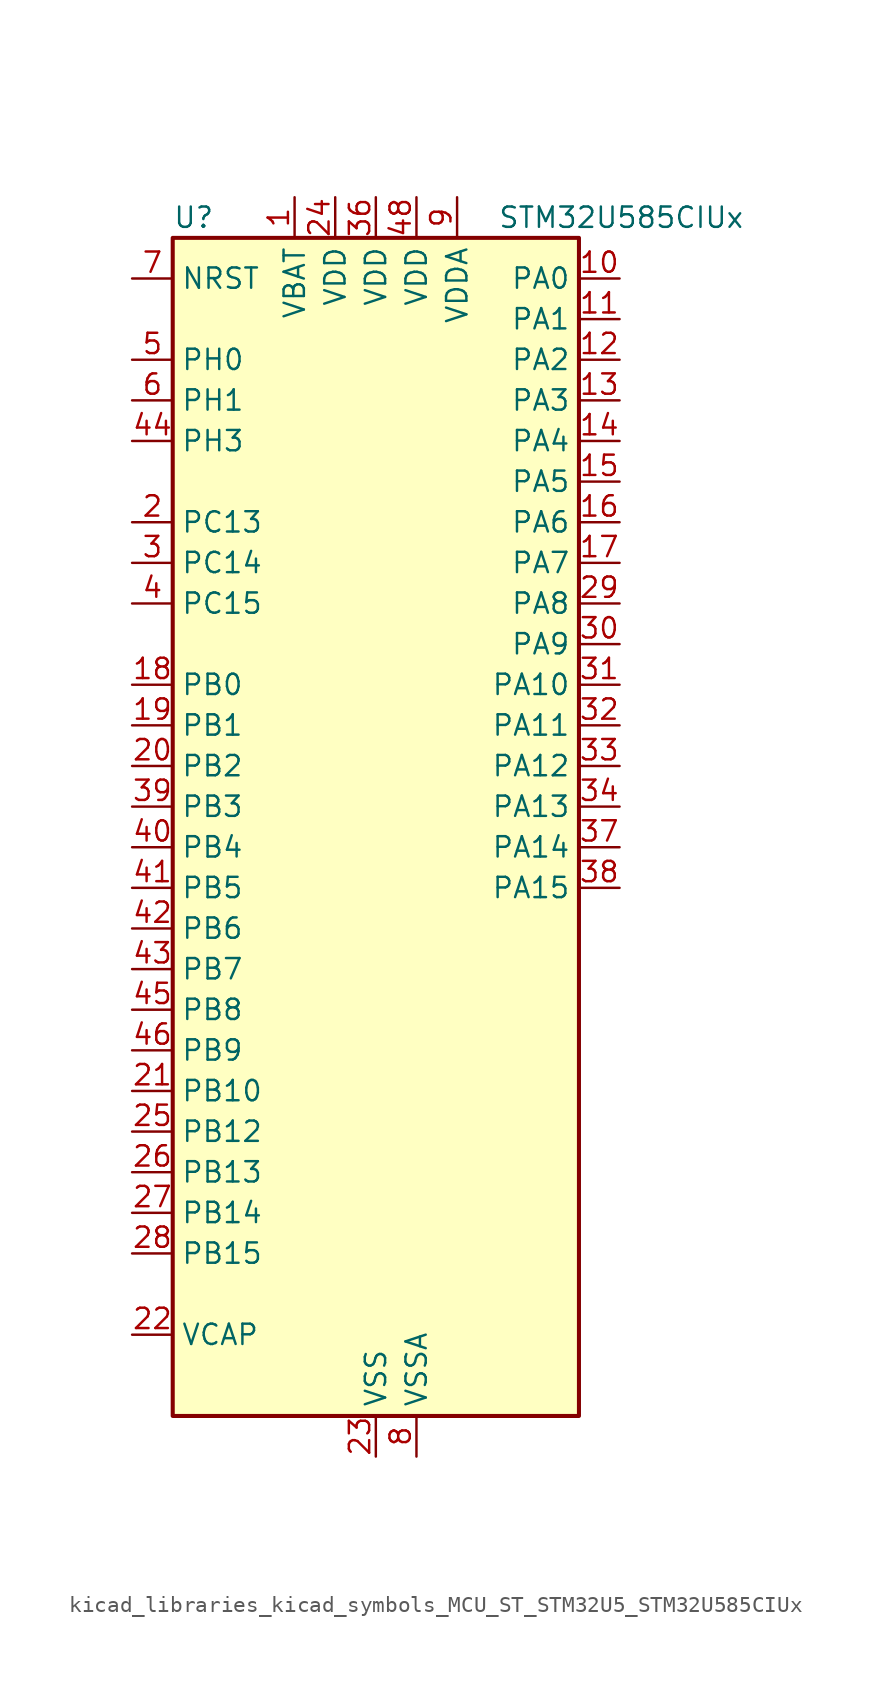
<source format=kicad_sym>
(kicad_symbol_lib
  (version 20220914)
  (generator kicad_symbol_editor)
  (symbol "kicad_libraries_kicad_symbols_MCU_ST_STM32U5_STM32U585CIUx"
    (property "Reference" "U"
      (at -12.7 39.37 0)
      (effects (font (size 1.27 1.27)) (justify left)))
    (property "Value" "STM32U585CIUx"
      (at 7.62 39.37 0)
      (effects (font (size 1.27 1.27)) (justify left)))
    (property "ki_locked" ""
      (at 0 0 0)
      (effects (font (size 1.27 1.27))))
    (symbol "kicad_libraries_kicad_symbols_MCU_ST_STM32U5_STM32U585CIUx_0_1"
      (rectangle (start -12.7 -35.56) (end 12.7 38.1) (stroke (width 0.254) (type default)) (fill (type background))))
    (symbol "kicad_libraries_kicad_symbols_MCU_ST_STM32U5_STM32U585CIUx_1_1"
      (pin power_in line (at -5.08 40.64 270) (length 2.54) (name "VBAT" (effects (font (size 1.27 1.27)))) (number "1" (effects (font (size 1.27 1.27)))))
      (pin bidirectional line (at 15.24 35.56 180) (length 2.54) (name "PA0" (effects (font (size 1.27 1.27)))) (number "10" (effects (font (size 1.27 1.27)))) (alternate "ADC1_IN5" bidirectional line) (alternate "AUDIOCLK" bidirectional line) (alternate "OCTOSPIM_P2_NCS" bidirectional line) (alternate "OPAMP1_VINP" bidirectional line) (alternate "PWR_WKUP1" bidirectional line) (alternate "SPI3_RDY" bidirectional line) (alternate "TAMP_IN2" bidirectional line) (alternate "TAMP_OUT1" bidirectional line) (alternate "TIM2_CH1" bidirectional line) (alternate "TIM2_ETR" bidirectional line) (alternate "TIM5_CH1" bidirectional line) (alternate "TIM8_ETR" bidirectional line) (alternate "UART4_TX" bidirectional line) (alternate "USART2_CTS" bidirectional line))
      (pin bidirectional line (at 15.24 33.02 180) (length 2.54) (name "PA1" (effects (font (size 1.27 1.27)))) (number "11" (effects (font (size 1.27 1.27)))) (alternate "ADC1_IN6" bidirectional line) (alternate "I2C1_SMBA" bidirectional line) (alternate "LPTIM1_CH2" bidirectional line) (alternate "OCTOSPIM_P1_DQS" bidirectional line) (alternate "OPAMP1_VINM" bidirectional line) (alternate "PWR_WKUP3" bidirectional line) (alternate "SPI1_SCK" bidirectional line) (alternate "TAMP_IN5" bidirectional line) (alternate "TAMP_OUT4" bidirectional line) (alternate "TIM15_CH1N" bidirectional line) (alternate "TIM2_CH2" bidirectional line) (alternate "TIM5_CH2" bidirectional line) (alternate "UART4_RX" bidirectional line) (alternate "USART2_DE" bidirectional line) (alternate "USART2_RTS" bidirectional line))
      (pin bidirectional line (at 15.24 30.48 180) (length 2.54) (name "PA2" (effects (font (size 1.27 1.27)))) (number "12" (effects (font (size 1.27 1.27)))) (alternate "ADC1_IN7" bidirectional line) (alternate "COMP1_INP" bidirectional line) (alternate "LPUART1_TX" bidirectional line) (alternate "OCTOSPIM_P1_NCS" bidirectional line) (alternate "PWR_WKUP4" bidirectional line) (alternate "RCC_LSCO" bidirectional line) (alternate "SPI1_RDY" bidirectional line) (alternate "TIM15_CH1" bidirectional line) (alternate "TIM2_CH3" bidirectional line) (alternate "TIM5_CH3" bidirectional line) (alternate "UCPD1_FRSTX1" bidirectional line) (alternate "USART2_TX" bidirectional line))
      (pin bidirectional line (at 15.24 27.94 180) (length 2.54) (name "PA3" (effects (font (size 1.27 1.27)))) (number "13" (effects (font (size 1.27 1.27)))) (alternate "ADC1_IN8" bidirectional line) (alternate "LPUART1_RX" bidirectional line) (alternate "OCTOSPIM_P1_CLK" bidirectional line) (alternate "OPAMP1_VOUT" bidirectional line) (alternate "PWR_WKUP5" bidirectional line) (alternate "SAI1_CK1" bidirectional line) (alternate "SAI1_MCLK_A" bidirectional line) (alternate "TIM15_CH2" bidirectional line) (alternate "TIM2_CH4" bidirectional line) (alternate "TIM5_CH4" bidirectional line) (alternate "USART2_RX" bidirectional line))
      (pin bidirectional line (at 15.24 25.4 180) (length 2.54) (name "PA4" (effects (font (size 1.27 1.27)))) (number "14" (effects (font (size 1.27 1.27)))) (alternate "ADC1_IN9" bidirectional line) (alternate "ADC4_IN9" bidirectional line) (alternate "DAC1_OUT1" bidirectional line) (alternate "LPTIM2_CH1" bidirectional line) (alternate "OCTOSPIM_P1_NCS" bidirectional line) (alternate "PWR_WKUP2" bidirectional line) (alternate "SAI1_FS_B" bidirectional line) (alternate "SPI1_NSS" bidirectional line) (alternate "SPI3_NSS" bidirectional line) (alternate "USART2_CK" bidirectional line))
      (pin bidirectional line (at 15.24 22.86 180) (length 2.54) (name "PA5" (effects (font (size 1.27 1.27)))) (number "15" (effects (font (size 1.27 1.27)))) (alternate "ADC1_IN10" bidirectional line) (alternate "ADC4_IN10" bidirectional line) (alternate "DAC1_OUT2" bidirectional line) (alternate "LPTIM2_ETR" bidirectional line) (alternate "PWR_CSLEEP" bidirectional line) (alternate "PWR_WKUP6" bidirectional line) (alternate "SPI1_SCK" bidirectional line) (alternate "TIM2_CH1" bidirectional line) (alternate "TIM2_ETR" bidirectional line) (alternate "TIM8_CH1N" bidirectional line) (alternate "USART3_RX" bidirectional line))
      (pin bidirectional line (at 15.24 20.32 180) (length 2.54) (name "PA6" (effects (font (size 1.27 1.27)))) (number "16" (effects (font (size 1.27 1.27)))) (alternate "ADC1_IN11" bidirectional line) (alternate "ADC4_IN11" bidirectional line) (alternate "LPUART1_CTS" bidirectional line) (alternate "OCTOSPIM_P1_IO3" bidirectional line) (alternate "OPAMP2_VINP" bidirectional line) (alternate "PWR_CDSTOP" bidirectional line) (alternate "PWR_WKUP7" bidirectional line) (alternate "SPI1_MISO" bidirectional line) (alternate "TIM16_CH1" bidirectional line) (alternate "TIM1_BKIN" bidirectional line) (alternate "TIM3_CH1" bidirectional line) (alternate "TIM8_BKIN" bidirectional line) (alternate "USART3_CTS" bidirectional line))
      (pin bidirectional line (at 15.24 17.78 180) (length 2.54) (name "PA7" (effects (font (size 1.27 1.27)))) (number "17" (effects (font (size 1.27 1.27)))) (alternate "ADC1_IN12" bidirectional line) (alternate "ADC4_IN20" bidirectional line) (alternate "I2C3_SCL" bidirectional line) (alternate "LPTIM2_CH2" bidirectional line) (alternate "OCTOSPIM_P1_IO2" bidirectional line) (alternate "OPAMP2_VINM" bidirectional line) (alternate "PWR_SRDSTOP" bidirectional line) (alternate "PWR_WKUP8" bidirectional line) (alternate "SPI1_MOSI" bidirectional line) (alternate "TIM17_CH1" bidirectional line) (alternate "TIM1_CH1N" bidirectional line) (alternate "TIM3_CH2" bidirectional line) (alternate "TIM8_CH1N" bidirectional line) (alternate "USART3_TX" bidirectional line))
      (pin bidirectional line (at -15.24 10.16 0) (length 2.54) (name "PB0" (effects (font (size 1.27 1.27)))) (number "18" (effects (font (size 1.27 1.27)))) (alternate "ADC1_IN15" bidirectional line) (alternate "ADC4_IN18" bidirectional line) (alternate "AUDIOCLK" bidirectional line) (alternate "COMP1_OUT" bidirectional line) (alternate "LPTIM3_CH1" bidirectional line) (alternate "OCTOSPIM_P1_IO1" bidirectional line) (alternate "OPAMP2_VOUT" bidirectional line) (alternate "SPI1_NSS" bidirectional line) (alternate "TIM1_CH2N" bidirectional line) (alternate "TIM3_CH3" bidirectional line) (alternate "TIM8_CH2N" bidirectional line) (alternate "USART3_CK" bidirectional line))
      (pin bidirectional line (at -15.24 7.62 0) (length 2.54) (name "PB1" (effects (font (size 1.27 1.27)))) (number "19" (effects (font (size 1.27 1.27)))) (alternate "ADC1_IN16" bidirectional line) (alternate "ADC4_IN19" bidirectional line) (alternate "COMP1_INM" bidirectional line) (alternate "LPTIM2_IN1" bidirectional line) (alternate "LPTIM3_CH2" bidirectional line) (alternate "LPUART1_DE" bidirectional line) (alternate "LPUART1_RTS" bidirectional line) (alternate "MDF1_SDI0" bidirectional line) (alternate "OCTOSPIM_P1_IO0" bidirectional line) (alternate "PWR_WKUP4" bidirectional line) (alternate "TIM1_CH3N" bidirectional line) (alternate "TIM3_CH4" bidirectional line) (alternate "TIM8_CH3N" bidirectional line) (alternate "USART3_DE" bidirectional line) (alternate "USART3_RTS" bidirectional line))
      (pin bidirectional line (at -15.24 20.32 0) (length 2.54) (name "PC13" (effects (font (size 1.27 1.27)))) (number "2" (effects (font (size 1.27 1.27)))) (alternate "PWR_WKUP2" bidirectional line) (alternate "RTC_OUT1" bidirectional line) (alternate "RTC_TS" bidirectional line) (alternate "TAMP_IN1" bidirectional line) (alternate "TAMP_OUT2" bidirectional line))
      (pin bidirectional line (at -15.24 5.08 0) (length 2.54) (name "PB2" (effects (font (size 1.27 1.27)))) (number "20" (effects (font (size 1.27 1.27)))) (alternate "ADC1_IN17" bidirectional line) (alternate "COMP1_INP" bidirectional line) (alternate "I2C3_SMBA" bidirectional line) (alternate "LPTIM1_CH1" bidirectional line) (alternate "MDF1_CKI0" bidirectional line) (alternate "OCTOSPIM_P1_DQS" bidirectional line) (alternate "PWR_WKUP1" bidirectional line) (alternate "RTC_OUT2" bidirectional line) (alternate "SPI1_RDY" bidirectional line) (alternate "TIM8_CH4N" bidirectional line) (alternate "UCPD1_FRSTX1" bidirectional line))
      (pin bidirectional line (at -15.24 -15.24 0) (length 2.54) (name "PB10" (effects (font (size 1.27 1.27)))) (number "21" (effects (font (size 1.27 1.27)))) (alternate "COMP1_OUT" bidirectional line) (alternate "I2C2_SCL" bidirectional line) (alternate "I2C4_SCL" bidirectional line) (alternate "LPTIM3_CH1" bidirectional line) (alternate "LPUART1_RX" bidirectional line) (alternate "OCTOSPIM_P1_CLK" bidirectional line) (alternate "PWR_WKUP8" bidirectional line) (alternate "SAI1_SCK_A" bidirectional line) (alternate "SPI2_SCK" bidirectional line) (alternate "TIM2_CH3" bidirectional line) (alternate "TSC_SYNC" bidirectional line) (alternate "USART3_TX" bidirectional line))
      (pin power_out line (at -15.24 -30.48 0) (length 2.54) (name "VCAP" (effects (font (size 1.27 1.27)))) (number "22" (effects (font (size 1.27 1.27)))))
      (pin power_in line (at 0 -38.1 90) (length 2.54) (name "VSS" (effects (font (size 1.27 1.27)))) (number "23" (effects (font (size 1.27 1.27)))))
      (pin power_in line (at -2.54 40.64 270) (length 2.54) (name "VDD" (effects (font (size 1.27 1.27)))) (number "24" (effects (font (size 1.27 1.27)))))
      (pin bidirectional line (at -15.24 -17.78 0) (length 2.54) (name "PB12" (effects (font (size 1.27 1.27)))) (number "25" (effects (font (size 1.27 1.27)))) (alternate "I2C2_SMBA" bidirectional line) (alternate "LPUART1_DE" bidirectional line) (alternate "LPUART1_RTS" bidirectional line) (alternate "MDF1_SDI1" bidirectional line) (alternate "OCTOSPIM_P1_NCLK" bidirectional line) (alternate "SPI2_NSS" bidirectional line) (alternate "TIM15_BKIN" bidirectional line) (alternate "TIM1_BKIN" bidirectional line) (alternate "TSC_G1_IO1" bidirectional line) (alternate "USART3_CK" bidirectional line))
      (pin bidirectional line (at -15.24 -20.32 0) (length 2.54) (name "PB13" (effects (font (size 1.27 1.27)))) (number "26" (effects (font (size 1.27 1.27)))) (alternate "I2C2_SCL" bidirectional line) (alternate "LPTIM3_IN1" bidirectional line) (alternate "LPUART1_CTS" bidirectional line) (alternate "MDF1_CKI1" bidirectional line) (alternate "SPI2_SCK" bidirectional line) (alternate "TIM15_CH1N" bidirectional line) (alternate "TIM1_CH1N" bidirectional line) (alternate "TSC_G1_IO2" bidirectional line) (alternate "USART3_CTS" bidirectional line))
      (pin bidirectional line (at -15.24 -22.86 0) (length 2.54) (name "PB14" (effects (font (size 1.27 1.27)))) (number "27" (effects (font (size 1.27 1.27)))) (alternate "I2C2_SDA" bidirectional line) (alternate "LPTIM3_ETR" bidirectional line) (alternate "MDF1_SDI2" bidirectional line) (alternate "SPI2_MISO" bidirectional line) (alternate "TIM15_CH1" bidirectional line) (alternate "TIM1_CH2N" bidirectional line) (alternate "TIM8_CH2N" bidirectional line) (alternate "TSC_G1_IO3" bidirectional line) (alternate "UCPD1_DBCC2" bidirectional line) (alternate "USART3_DE" bidirectional line) (alternate "USART3_RTS" bidirectional line))
      (pin bidirectional line (at -15.24 -25.4 0) (length 2.54) (name "PB15" (effects (font (size 1.27 1.27)))) (number "28" (effects (font (size 1.27 1.27)))) (alternate "ADC1_EXTI15" bidirectional line) (alternate "ADC4_EXTI15" bidirectional line) (alternate "LPTIM2_IN2" bidirectional line) (alternate "MDF1_CKI2" bidirectional line) (alternate "PWR_WKUP7" bidirectional line) (alternate "RTC_REFIN" bidirectional line) (alternate "SPI2_MOSI" bidirectional line) (alternate "TIM15_CH2" bidirectional line) (alternate "TIM1_CH3N" bidirectional line) (alternate "TIM8_CH3N" bidirectional line) (alternate "UCPD1_CC2" bidirectional line))
      (pin bidirectional line (at 15.24 15.24 180) (length 2.54) (name "PA8" (effects (font (size 1.27 1.27)))) (number "29" (effects (font (size 1.27 1.27)))) (alternate "DEBUG_TRACECLK" bidirectional line) (alternate "LPTIM2_CH1" bidirectional line) (alternate "RCC_MCO" bidirectional line) (alternate "SAI1_CK2" bidirectional line) (alternate "SAI1_SCK_A" bidirectional line) (alternate "SPI1_RDY" bidirectional line) (alternate "TIM1_CH1" bidirectional line) (alternate "USART1_CK" bidirectional line) (alternate "USB_OTG_FS_SOF" bidirectional line))
      (pin bidirectional line (at -15.24 17.78 0) (length 2.54) (name "PC14" (effects (font (size 1.27 1.27)))) (number "3" (effects (font (size 1.27 1.27)))) (alternate "RCC_OSC32_IN" bidirectional line))
      (pin bidirectional line (at 15.24 12.7 180) (length 2.54) (name "PA9" (effects (font (size 1.27 1.27)))) (number "30" (effects (font (size 1.27 1.27)))) (alternate "DAC1_EXTI9" bidirectional line) (alternate "SAI1_FS_A" bidirectional line) (alternate "SPI2_SCK" bidirectional line) (alternate "TIM15_BKIN" bidirectional line) (alternate "TIM1_CH2" bidirectional line) (alternate "USART1_TX" bidirectional line) (alternate "USB_OTG_FS_VBUS" bidirectional line))
      (pin bidirectional line (at 15.24 10.16 180) (length 2.54) (name "PA10" (effects (font (size 1.27 1.27)))) (number "31" (effects (font (size 1.27 1.27)))) (alternate "CRS_SYNC" bidirectional line) (alternate "LPTIM2_IN2" bidirectional line) (alternate "SAI1_D1" bidirectional line) (alternate "SAI1_SD_A" bidirectional line) (alternate "TIM17_BKIN" bidirectional line) (alternate "TIM1_CH3" bidirectional line) (alternate "USART1_RX" bidirectional line) (alternate "USB_OTG_FS_ID" bidirectional line))
      (pin bidirectional line (at 15.24 7.62 180) (length 2.54) (name "PA11" (effects (font (size 1.27 1.27)))) (number "32" (effects (font (size 1.27 1.27)))) (alternate "ADC1_EXTI11" bidirectional line) (alternate "FDCAN1_RX" bidirectional line) (alternate "SPI1_MISO" bidirectional line) (alternate "TIM1_BKIN2" bidirectional line) (alternate "TIM1_CH4" bidirectional line) (alternate "USART1_CTS" bidirectional line) (alternate "USB_OTG_FS_DM" bidirectional line))
      (pin bidirectional line (at 15.24 5.08 180) (length 2.54) (name "PA12" (effects (font (size 1.27 1.27)))) (number "33" (effects (font (size 1.27 1.27)))) (alternate "FDCAN1_TX" bidirectional line) (alternate "OCTOSPIM_P2_NCS" bidirectional line) (alternate "SPI1_MOSI" bidirectional line) (alternate "TIM1_ETR" bidirectional line) (alternate "USART1_DE" bidirectional line) (alternate "USART1_RTS" bidirectional line) (alternate "USB_OTG_FS_DP" bidirectional line))
      (pin bidirectional line (at 15.24 2.54 180) (length 2.54) (name "PA13" (effects (font (size 1.27 1.27)))) (number "34" (effects (font (size 1.27 1.27)))) (alternate "DEBUG_JTMS-SWDIO" bidirectional line) (alternate "IR_OUT" bidirectional line) (alternate "SAI1_SD_B" bidirectional line) (alternate "USB_OTG_FS_NOE" bidirectional line))
      (pin passive line (at 0 -38.1 90) (length 2.54) hide (name "VSS" (effects (font (size 1.27 1.27)))) (number "35" (effects (font (size 1.27 1.27)))))
      (pin power_in line (at 0 40.64 270) (length 2.54) (name "VDD" (effects (font (size 1.27 1.27)))) (number "36" (effects (font (size 1.27 1.27)))))
      (pin bidirectional line (at 15.24 0 180) (length 2.54) (name "PA14" (effects (font (size 1.27 1.27)))) (number "37" (effects (font (size 1.27 1.27)))) (alternate "DEBUG_JTCK-SWCLK" bidirectional line) (alternate "I2C1_SMBA" bidirectional line) (alternate "I2C4_SMBA" bidirectional line) (alternate "LPTIM1_CH1" bidirectional line) (alternate "SAI1_FS_B" bidirectional line) (alternate "USB_OTG_FS_SOF" bidirectional line))
      (pin bidirectional line (at 15.24 -2.54 180) (length 2.54) (name "PA15" (effects (font (size 1.27 1.27)))) (number "38" (effects (font (size 1.27 1.27)))) (alternate "ADC1_EXTI15" bidirectional line) (alternate "ADC4_EXTI15" bidirectional line) (alternate "DEBUG_JTDI" bidirectional line) (alternate "SPI1_NSS" bidirectional line) (alternate "SPI3_NSS" bidirectional line) (alternate "TIM2_CH1" bidirectional line) (alternate "TIM2_ETR" bidirectional line) (alternate "UART4_DE" bidirectional line) (alternate "UART4_RTS" bidirectional line) (alternate "UCPD1_CC1" bidirectional line) (alternate "USART2_RX" bidirectional line) (alternate "USART3_DE" bidirectional line) (alternate "USART3_RTS" bidirectional line))
      (pin bidirectional line (at -15.24 2.54 0) (length 2.54) (name "PB3" (effects (font (size 1.27 1.27)))) (number "39" (effects (font (size 1.27 1.27)))) (alternate "ADF1_CCK0" bidirectional line) (alternate "COMP2_INM" bidirectional line) (alternate "CRS_SYNC" bidirectional line) (alternate "DEBUG_JTDO-SWO" bidirectional line) (alternate "I2C1_SDA" bidirectional line) (alternate "LPTIM1_CH1" bidirectional line) (alternate "SAI1_SCK_B" bidirectional line) (alternate "SPI1_SCK" bidirectional line) (alternate "SPI3_SCK" bidirectional line) (alternate "TIM2_CH2" bidirectional line) (alternate "USART1_DE" bidirectional line) (alternate "USART1_RTS" bidirectional line))
      (pin bidirectional line (at -15.24 15.24 0) (length 2.54) (name "PC15" (effects (font (size 1.27 1.27)))) (number "4" (effects (font (size 1.27 1.27)))) (alternate "ADC1_EXTI15" bidirectional line) (alternate "ADC4_EXTI15" bidirectional line) (alternate "RCC_OSC32_OUT" bidirectional line))
      (pin bidirectional line (at -15.24 0 0) (length 2.54) (name "PB4" (effects (font (size 1.27 1.27)))) (number "40" (effects (font (size 1.27 1.27)))) (alternate "ADF1_SDI0" bidirectional line) (alternate "COMP2_INP" bidirectional line) (alternate "DEBUG_JTRST" bidirectional line) (alternate "I2C3_SDA" bidirectional line) (alternate "LPTIM1_CH2" bidirectional line) (alternate "SAI1_MCLK_B" bidirectional line) (alternate "SPI1_MISO" bidirectional line) (alternate "SPI3_MISO" bidirectional line) (alternate "TIM17_BKIN" bidirectional line) (alternate "TIM3_CH1" bidirectional line) (alternate "TSC_G2_IO1" bidirectional line) (alternate "USART1_CTS" bidirectional line))
      (pin bidirectional line (at -15.24 -2.54 0) (length 2.54) (name "PB5" (effects (font (size 1.27 1.27)))) (number "41" (effects (font (size 1.27 1.27)))) (alternate "COMP2_OUT" bidirectional line) (alternate "I2C1_SMBA" bidirectional line) (alternate "LPTIM1_IN1" bidirectional line) (alternate "OCTOSPIM_P1_NCLK" bidirectional line) (alternate "PWR_WKUP6" bidirectional line) (alternate "SAI1_SD_B" bidirectional line) (alternate "SPI1_MOSI" bidirectional line) (alternate "SPI3_MOSI" bidirectional line) (alternate "TIM16_BKIN" bidirectional line) (alternate "TIM3_CH2" bidirectional line) (alternate "TSC_G2_IO2" bidirectional line) (alternate "UCPD1_DBCC1" bidirectional line) (alternate "USART1_CK" bidirectional line))
      (pin bidirectional line (at -15.24 -5.08 0) (length 2.54) (name "PB6" (effects (font (size 1.27 1.27)))) (number "42" (effects (font (size 1.27 1.27)))) (alternate "COMP2_INP" bidirectional line) (alternate "I2C1_SCL" bidirectional line) (alternate "I2C4_SCL" bidirectional line) (alternate "LPTIM1_ETR" bidirectional line) (alternate "MDF1_SDI5" bidirectional line) (alternate "PWR_WKUP3" bidirectional line) (alternate "SAI1_FS_B" bidirectional line) (alternate "TIM16_CH1N" bidirectional line) (alternate "TIM4_CH1" bidirectional line) (alternate "TIM8_BKIN2" bidirectional line) (alternate "TSC_G2_IO3" bidirectional line) (alternate "USART1_TX" bidirectional line))
      (pin bidirectional line (at -15.24 -7.62 0) (length 2.54) (name "PB7" (effects (font (size 1.27 1.27)))) (number "43" (effects (font (size 1.27 1.27)))) (alternate "COMP2_INM" bidirectional line) (alternate "I2C1_SDA" bidirectional line) (alternate "I2C4_SDA" bidirectional line) (alternate "LPTIM1_IN2" bidirectional line) (alternate "MDF1_CKI5" bidirectional line) (alternate "PWR_PVD_IN" bidirectional line) (alternate "PWR_WKUP4" bidirectional line) (alternate "TIM17_CH1N" bidirectional line) (alternate "TIM4_CH2" bidirectional line) (alternate "TIM8_BKIN" bidirectional line) (alternate "TSC_G2_IO4" bidirectional line) (alternate "UART4_CTS" bidirectional line) (alternate "USART1_RX" bidirectional line))
      (pin bidirectional line (at -15.24 25.4 0) (length 2.54) (name "PH3" (effects (font (size 1.27 1.27)))) (number "44" (effects (font (size 1.27 1.27)))))
      (pin bidirectional line (at -15.24 -10.16 0) (length 2.54) (name "PB8" (effects (font (size 1.27 1.27)))) (number "45" (effects (font (size 1.27 1.27)))) (alternate "FDCAN1_RX" bidirectional line) (alternate "I2C1_SCL" bidirectional line) (alternate "MDF1_CCK0" bidirectional line) (alternate "PWR_WKUP5" bidirectional line) (alternate "SAI1_CK1" bidirectional line) (alternate "SAI1_MCLK_A" bidirectional line) (alternate "SPI3_RDY" bidirectional line) (alternate "TIM16_CH1" bidirectional line) (alternate "TIM4_CH3" bidirectional line))
      (pin bidirectional line (at -15.24 -12.7 0) (length 2.54) (name "PB9" (effects (font (size 1.27 1.27)))) (number "46" (effects (font (size 1.27 1.27)))) (alternate "DAC1_EXTI9" bidirectional line) (alternate "FDCAN1_TX" bidirectional line) (alternate "I2C1_SDA" bidirectional line) (alternate "IR_OUT" bidirectional line) (alternate "SAI1_D2" bidirectional line) (alternate "SAI1_FS_A" bidirectional line) (alternate "SPI2_NSS" bidirectional line) (alternate "TIM17_CH1" bidirectional line) (alternate "TIM4_CH4" bidirectional line))
      (pin passive line (at 0 -38.1 90) (length 2.54) hide (name "VSS" (effects (font (size 1.27 1.27)))) (number "47" (effects (font (size 1.27 1.27)))))
      (pin power_in line (at 2.54 40.64 270) (length 2.54) (name "VDD" (effects (font (size 1.27 1.27)))) (number "48" (effects (font (size 1.27 1.27)))))
      (pin passive line (at 0 -38.1 90) (length 2.54) hide (name "VSS" (effects (font (size 1.27 1.27)))) (number "49" (effects (font (size 1.27 1.27)))))
      (pin bidirectional line (at -15.24 30.48 0) (length 2.54) (name "PH0" (effects (font (size 1.27 1.27)))) (number "5" (effects (font (size 1.27 1.27)))) (alternate "RCC_OSC_IN" bidirectional line))
      (pin bidirectional line (at -15.24 27.94 0) (length 2.54) (name "PH1" (effects (font (size 1.27 1.27)))) (number "6" (effects (font (size 1.27 1.27)))) (alternate "RCC_OSC_OUT" bidirectional line))
      (pin input line (at -15.24 35.56 0) (length 2.54) (name "NRST" (effects (font (size 1.27 1.27)))) (number "7" (effects (font (size 1.27 1.27)))))
      (pin power_in line (at 2.54 -38.1 90) (length 2.54) (name "VSSA" (effects (font (size 1.27 1.27)))) (number "8" (effects (font (size 1.27 1.27)))))
      (pin power_in line (at 5.08 40.64 270) (length 2.54) (name "VDDA" (effects (font (size 1.27 1.27)))) (number "9" (effects (font (size 1.27 1.27))))))))
</source>
